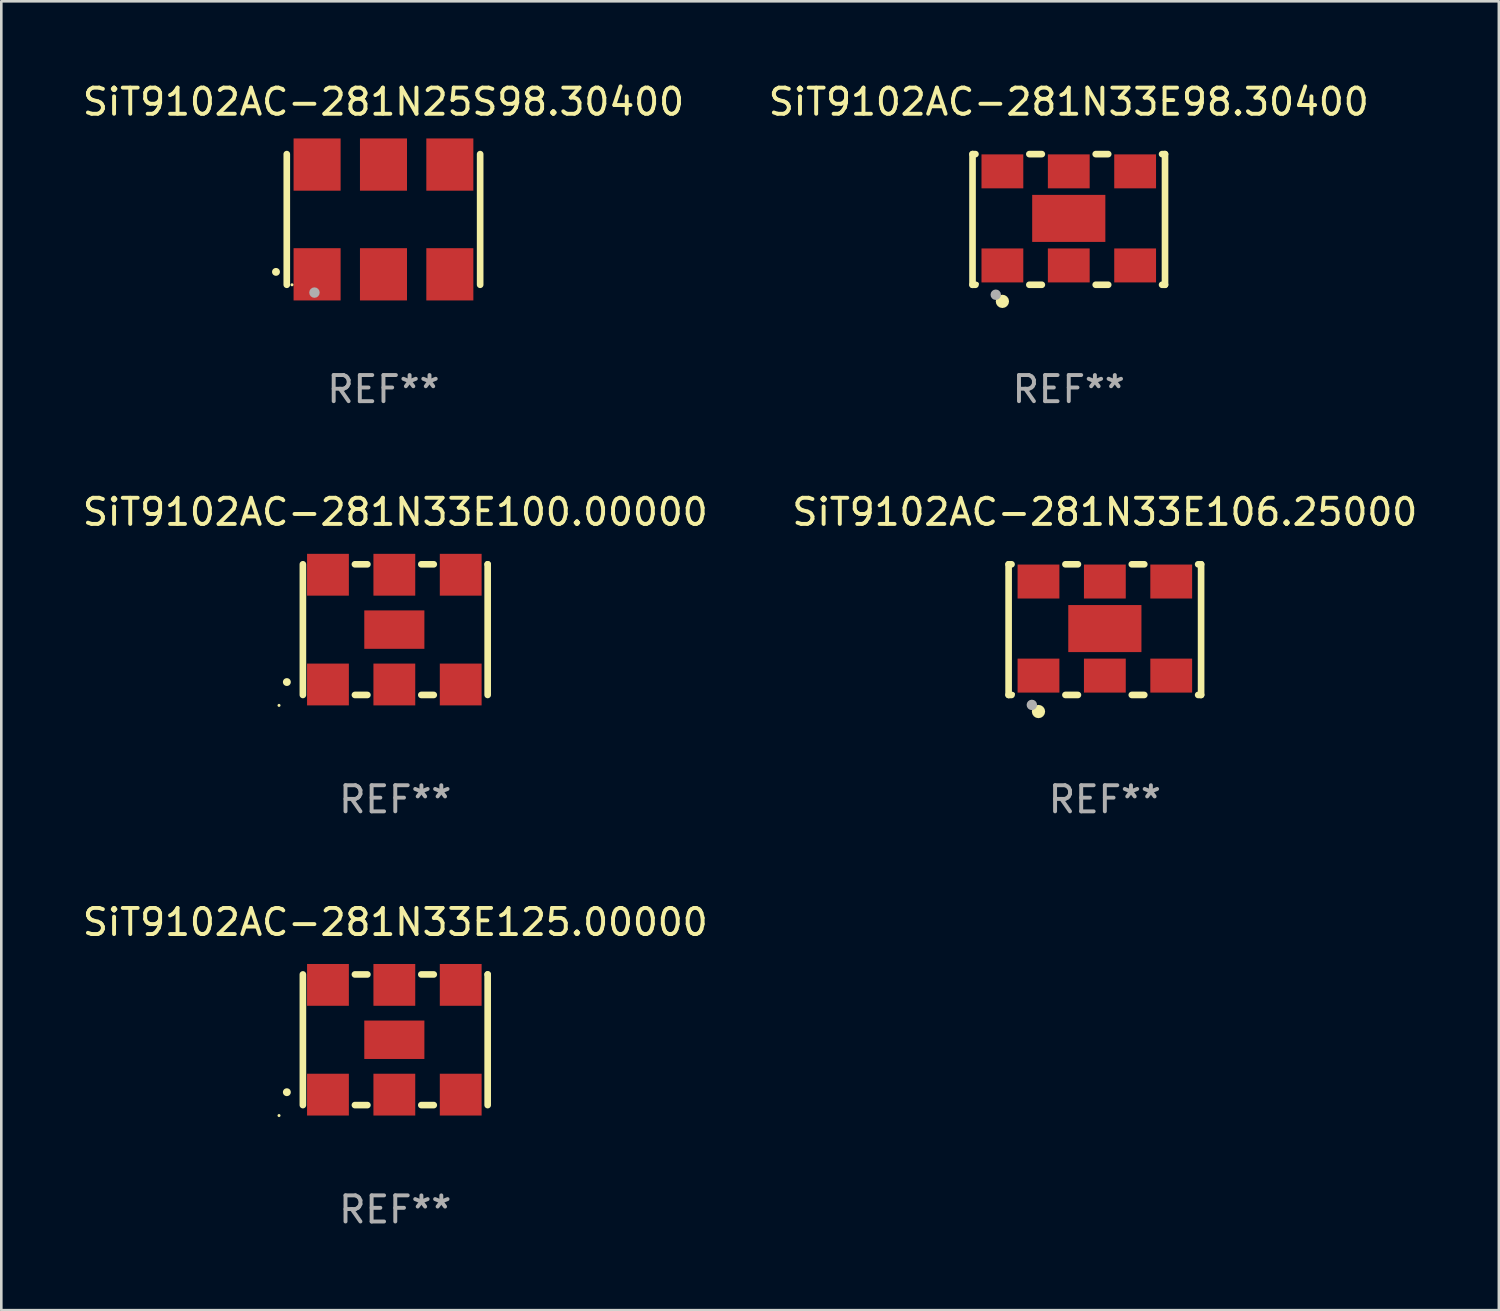
<source format=kicad_pcb>
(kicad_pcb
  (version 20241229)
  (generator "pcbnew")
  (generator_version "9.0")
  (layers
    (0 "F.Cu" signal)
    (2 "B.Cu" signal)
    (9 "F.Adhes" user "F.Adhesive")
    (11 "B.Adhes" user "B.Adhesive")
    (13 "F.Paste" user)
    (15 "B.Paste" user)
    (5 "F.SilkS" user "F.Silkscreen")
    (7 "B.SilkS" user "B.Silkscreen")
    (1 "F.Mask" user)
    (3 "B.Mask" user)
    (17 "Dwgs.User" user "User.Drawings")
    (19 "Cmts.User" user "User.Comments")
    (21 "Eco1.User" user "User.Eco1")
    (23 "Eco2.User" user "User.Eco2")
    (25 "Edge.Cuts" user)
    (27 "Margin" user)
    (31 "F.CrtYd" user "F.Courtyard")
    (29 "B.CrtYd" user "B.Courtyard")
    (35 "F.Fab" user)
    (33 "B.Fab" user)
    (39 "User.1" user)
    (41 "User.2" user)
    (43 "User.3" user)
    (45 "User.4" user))
  (footprint "SiT9102AC-281N33E106.25000"
    (layer "F.Cu")
    (at 39.232 21.045)
    (property "Reference" "SiT9102AC-281N33E106.25000" (at 0 -4.5 0) (layer "F.SilkS") (effects (font (size 1 1) (thickness 0.15))))
    (attr through_hole)
    (fp_line (start -3.683 -2.5) (end -3.571 -2.5) (stroke (width 0.254) (type solid)) (layer "F.SilkS"))
    (fp_line (start -3.683 2.5) (end -3.683 -2.5) (stroke (width 0.254) (type solid)) (layer "F.SilkS"))
    (fp_line (start -3.683 2.5) (end -3.571 2.5) (stroke (width 0.254) (type solid)) (layer "F.SilkS"))
    (fp_line (start -1.509 -2.5) (end -1.031 -2.5) (stroke (width 0.254) (type solid)) (layer "F.SilkS"))
    (fp_line (start -1.509 2.5) (end -1.031 2.5) (stroke (width 0.254) (type solid)) (layer "F.SilkS"))
    (fp_line (start 1.031 -2.5) (end 1.509 -2.5) (stroke (width 0.254) (type solid)) (layer "F.SilkS"))
    (fp_line (start 1.031 2.5) (end 1.509 2.5) (stroke (width 0.254) (type solid)) (layer "F.SilkS"))
    (fp_line (start 3.571 -2.5) (end 3.683 -2.5) (stroke (width 0.254) (type solid)) (layer "F.SilkS"))
    (fp_line (start 3.571 2.5) (end 3.683 2.5) (stroke (width 0.254) (type solid)) (layer "F.SilkS"))
    (fp_line (start 3.683 2.5) (end 3.683 -2.5) (stroke (width 0.254) (type solid)) (layer "F.SilkS"))
    (fp_circle (center -3.5 2.46) (end -3.47 2.46) (stroke (width 0.06) (type solid)) (fill no) (layer "F.SilkS"))
    (fp_circle (center -2.54 3.135) (end -2.413 3.135) (stroke (width 0.254) (type solid)) (fill no) (layer "F.SilkS"))
    (fp_circle (center -2.794 2.881) (end -2.694 2.881) (stroke (width 0.2) (type solid)) (fill no) (layer "F.Fab"))
    (fp_text user "REF**" (at 0 6.5 0) (layer "F.Fab") (effects (font (size 1 1) (thickness 0.15))))
    (pad "1" smd rect (at -2.54 1.76) (size 1.6 1.3) (layers "F.Cu" "F.Mask" "F.Paste"))
    (pad "2" smd rect (at 0 1.76) (size 1.6 1.3) (layers "F.Cu" "F.Mask" "F.Paste"))
    (pad "3" smd rect (at 2.54 1.76) (size 1.6 1.3) (layers "F.Cu" "F.Mask" "F.Paste"))
    (pad "4" smd rect (at 2.54 -1.84) (size 1.6 1.3) (layers "F.Cu" "F.Mask" "F.Paste"))
    (pad "5" smd rect (at 0 -1.84) (size 1.6 1.3) (layers "F.Cu" "F.Mask" "F.Paste"))
    (pad "6" smd rect (at -2.54 -1.84) (size 1.6 1.3) (layers "F.Cu" "F.Mask" "F.Paste"))
    (pad "7" smd rect (at 0 -0.04) (size 2.8 1.8) (layers "F.Cu" "F.Mask" "F.Paste")))
  (footprint "SiT9102AC-281N25S98.30400"
    (layer "F.Cu")
    (at 11.625 5.348)
    (property "Reference" "SiT9102AC-281N25S98.30400" (at 0 -4.5 0) (layer "F.SilkS") (effects (font (size 1 1) (thickness 0.15))))
    (attr through_hole)
    (fp_line (start -3.7 -2.5) (end -3.7 2.5) (stroke (width 0.254) (type solid)) (layer "F.SilkS"))
    (fp_line (start 3.7 -2.5) (end 3.7 2.5) (stroke (width 0.254) (type solid)) (layer "F.SilkS"))
    (fp_arc (start -4.114415 2.006604) (mid -4.113145 2.006599) (end -4.111875 2.006604) (stroke (width 0.3) (type solid)) (layer "F.SilkS"))
    (fp_circle (center -3.5 2.501) (end -3.47 2.501) (stroke (width 0.06) (type solid)) (fill no) (layer "F.SilkS"))
    (fp_circle (center -2.641 2.799) (end -2.541 2.799) (stroke (width 0.2) (type solid)) (fill no) (layer "F.Fab"))
    (fp_text user "REF**" (at 0 6.5 0) (layer "F.Fab") (effects (font (size 1 1) (thickness 0.15))))
    (pad "1" smd rect (at -2.54 2.1) (size 1.8 2) (layers "F.Cu" "F.Mask" "F.Paste"))
    (pad "2" smd rect (at 0.000394 2.1) (size 1.8 2) (layers "F.Cu" "F.Mask" "F.Paste"))
    (pad "3" smd rect (at 2.54 2.1) (size 1.8 2) (layers "F.Cu" "F.Mask" "F.Paste"))
    (pad "4" smd rect (at 2.54 -2.1) (size 1.8 2) (layers "F.Cu" "F.Mask" "F.Paste"))
    (pad "5" smd rect (at 0.000394 -2.1) (size 1.8 2) (layers "F.Cu" "F.Mask" "F.Paste"))
    (pad "6" smd rect (at -2.54 -2.1) (size 1.8 2) (layers "F.Cu" "F.Mask" "F.Paste")))
  (footprint "SiT9102AC-281N33E100.00000"
    (layer "F.Cu")
    (at 12.077 21.045)
    (property "Reference" "SiT9102AC-281N33E100.00000" (at 0 -4.5 0) (layer "F.SilkS") (effects (font (size 1 1) (thickness 0.15))))
    (attr through_hole)
    (fp_line (start -3.536 -2.5) (end -3.536 2.5) (stroke (width 0.254) (type solid)) (layer "F.SilkS"))
    (fp_line (start -1.544 2.5) (end -1.067 2.5) (stroke (width 0.254) (type solid)) (layer "F.SilkS"))
    (fp_line (start -1.067 -2.5) (end -1.544 -2.5) (stroke (width 0.254) (type solid)) (layer "F.SilkS"))
    (fp_line (start 0.996 2.5) (end 1.473 2.5) (stroke (width 0.254) (type solid)) (layer "F.SilkS"))
    (fp_line (start 1.473 -2.5) (end 0.996 -2.5) (stroke (width 0.254) (type solid)) (layer "F.SilkS"))
    (fp_line (start 3.536 -2.5) (end 3.536 -2.5) (stroke (width 0.254) (type solid)) (layer "F.SilkS"))
    (fp_line (start 3.536 2.5) (end 3.536 -2.5) (stroke (width 0.254) (type solid)) (layer "F.SilkS"))
    (fp_arc (start -4.150432 2.006604) (mid -4.149162 2.006599) (end -4.147892 2.006604) (stroke (width 0.3) (type solid)) (layer "F.SilkS"))
    (fp_circle (center -4.449 2.9) (end -4.419 2.9) (stroke (width 0.06) (type solid)) (fill no) (layer "F.SilkS"))
    (fp_text user "REF**" (at 0 6.5 0) (layer "F.Fab") (effects (font (size 1 1) (thickness 0.15))))
    (pad "1" smd rect (at -2.576 2.1) (size 1.6 1.6) (layers "F.Cu" "F.Mask" "F.Paste"))
    (pad "2" smd rect (at -0.036 2.1) (size 1.6 1.6) (layers "F.Cu" "F.Mask" "F.Paste"))
    (pad "3" smd rect (at 2.504 2.1) (size 1.6 1.6) (layers "F.Cu" "F.Mask" "F.Paste"))
    (pad "4" smd rect (at 2.504 -2.1) (size 1.6 1.6) (layers "F.Cu" "F.Mask" "F.Paste"))
    (pad "5" smd rect (at -0.036 -2.1) (size 1.6 1.6) (layers "F.Cu" "F.Mask" "F.Paste"))
    (pad "6" smd rect (at -2.576 -2.1) (size 1.6 1.6) (layers "F.Cu" "F.Mask" "F.Paste"))
    (pad "7" smd rect (at -0.036 0) (size 2.3 1.47) (layers "F.Cu" "F.Mask" "F.Paste")))
  (footprint "SiT9102AC-281N33E98.30400"
    (layer "F.Cu")
    (at 37.851 5.348)
    (property "Reference" "SiT9102AC-281N33E98.30400" (at 0 -4.5 0) (layer "F.SilkS") (effects (font (size 1 1) (thickness 0.15))))
    (attr through_hole)
    (fp_line (start -3.683 -2.5) (end -3.571 -2.5) (stroke (width 0.254) (type solid)) (layer "F.SilkS"))
    (fp_line (start -3.683 2.5) (end -3.683 -2.5) (stroke (width 0.254) (type solid)) (layer "F.SilkS"))
    (fp_line (start -3.683 2.5) (end -3.571 2.5) (stroke (width 0.254) (type solid)) (layer "F.SilkS"))
    (fp_line (start -1.509 -2.5) (end -1.031 -2.5) (stroke (width 0.254) (type solid)) (layer "F.SilkS"))
    (fp_line (start -1.509 2.5) (end -1.031 2.5) (stroke (width 0.254) (type solid)) (layer "F.SilkS"))
    (fp_line (start 1.031 -2.5) (end 1.509 -2.5) (stroke (width 0.254) (type solid)) (layer "F.SilkS"))
    (fp_line (start 1.031 2.5) (end 1.509 2.5) (stroke (width 0.254) (type solid)) (layer "F.SilkS"))
    (fp_line (start 3.571 -2.5) (end 3.683 -2.5) (stroke (width 0.254) (type solid)) (layer "F.SilkS"))
    (fp_line (start 3.571 2.5) (end 3.683 2.5) (stroke (width 0.254) (type solid)) (layer "F.SilkS"))
    (fp_line (start 3.683 2.5) (end 3.683 -2.5) (stroke (width 0.254) (type solid)) (layer "F.SilkS"))
    (fp_circle (center -3.5 2.46) (end -3.47 2.46) (stroke (width 0.06) (type solid)) (fill no) (layer "F.SilkS"))
    (fp_circle (center -2.54 3.135) (end -2.413 3.135) (stroke (width 0.254) (type solid)) (fill no) (layer "F.SilkS"))
    (fp_circle (center -2.794 2.881) (end -2.694 2.881) (stroke (width 0.2) (type solid)) (fill no) (layer "F.Fab"))
    (fp_text user "REF**" (at 0 6.5 0) (layer "F.Fab") (effects (font (size 1 1) (thickness 0.15))))
    (pad "1" smd rect (at -2.54 1.76) (size 1.6 1.3) (layers "F.Cu" "F.Mask" "F.Paste"))
    (pad "2" smd rect (at 0 1.76) (size 1.6 1.3) (layers "F.Cu" "F.Mask" "F.Paste"))
    (pad "3" smd rect (at 2.54 1.76) (size 1.6 1.3) (layers "F.Cu" "F.Mask" "F.Paste"))
    (pad "4" smd rect (at 2.54 -1.84) (size 1.6 1.3) (layers "F.Cu" "F.Mask" "F.Paste"))
    (pad "5" smd rect (at 0 -1.84) (size 1.6 1.3) (layers "F.Cu" "F.Mask" "F.Paste"))
    (pad "6" smd rect (at -2.54 -1.84) (size 1.6 1.3) (layers "F.Cu" "F.Mask" "F.Paste"))
    (pad "7" smd rect (at 0 -0.04) (size 2.8 1.8) (layers "F.Cu" "F.Mask" "F.Paste")))
  (footprint "SiT9102AC-281N33E125.00000"
    (layer "F.Cu")
    (at 12.077 36.741)
    (property "Reference" "SiT9102AC-281N33E125.00000" (at 0 -4.5 0) (layer "F.SilkS") (effects (font (size 1 1) (thickness 0.15))))
    (attr through_hole)
    (fp_line (start -3.536 -2.5) (end -3.536 2.5) (stroke (width 0.254) (type solid)) (layer "F.SilkS"))
    (fp_line (start -1.544 2.5) (end -1.067 2.5) (stroke (width 0.254) (type solid)) (layer "F.SilkS"))
    (fp_line (start -1.067 -2.5) (end -1.544 -2.5) (stroke (width 0.254) (type solid)) (layer "F.SilkS"))
    (fp_line (start 0.996 2.5) (end 1.473 2.5) (stroke (width 0.254) (type solid)) (layer "F.SilkS"))
    (fp_line (start 1.473 -2.5) (end 0.996 -2.5) (stroke (width 0.254) (type solid)) (layer "F.SilkS"))
    (fp_line (start 3.536 -2.5) (end 3.536 -2.5) (stroke (width 0.254) (type solid)) (layer "F.SilkS"))
    (fp_line (start 3.536 2.5) (end 3.536 -2.5) (stroke (width 0.254) (type solid)) (layer "F.SilkS"))
    (fp_arc (start -4.150432 2.006604) (mid -4.149162 2.006599) (end -4.147892 2.006604) (stroke (width 0.3) (type solid)) (layer "F.SilkS"))
    (fp_circle (center -4.449 2.9) (end -4.419 2.9) (stroke (width 0.06) (type solid)) (fill no) (layer "F.SilkS"))
    (fp_text user "REF**" (at 0 6.5 0) (layer "F.Fab") (effects (font (size 1 1) (thickness 0.15))))
    (pad "1" smd rect (at -2.576 2.1) (size 1.6 1.6) (layers "F.Cu" "F.Mask" "F.Paste"))
    (pad "2" smd rect (at -0.036 2.1) (size 1.6 1.6) (layers "F.Cu" "F.Mask" "F.Paste"))
    (pad "3" smd rect (at 2.504 2.1) (size 1.6 1.6) (layers "F.Cu" "F.Mask" "F.Paste"))
    (pad "4" smd rect (at 2.504 -2.1) (size 1.6 1.6) (layers "F.Cu" "F.Mask" "F.Paste"))
    (pad "5" smd rect (at -0.036 -2.1) (size 1.6 1.6) (layers "F.Cu" "F.Mask" "F.Paste"))
    (pad "6" smd rect (at -2.576 -2.1) (size 1.6 1.6) (layers "F.Cu" "F.Mask" "F.Paste"))
    (pad "7" smd rect (at -0.036 0) (size 2.3 1.47) (layers "F.Cu" "F.Mask" "F.Paste")))
  (gr_rect
    (start -3 -3)
    (end 54.31 47.09)
    (stroke (width 0.1) (type default))
    (fill no)
    (layer "Edge.Cuts")))
</source>
